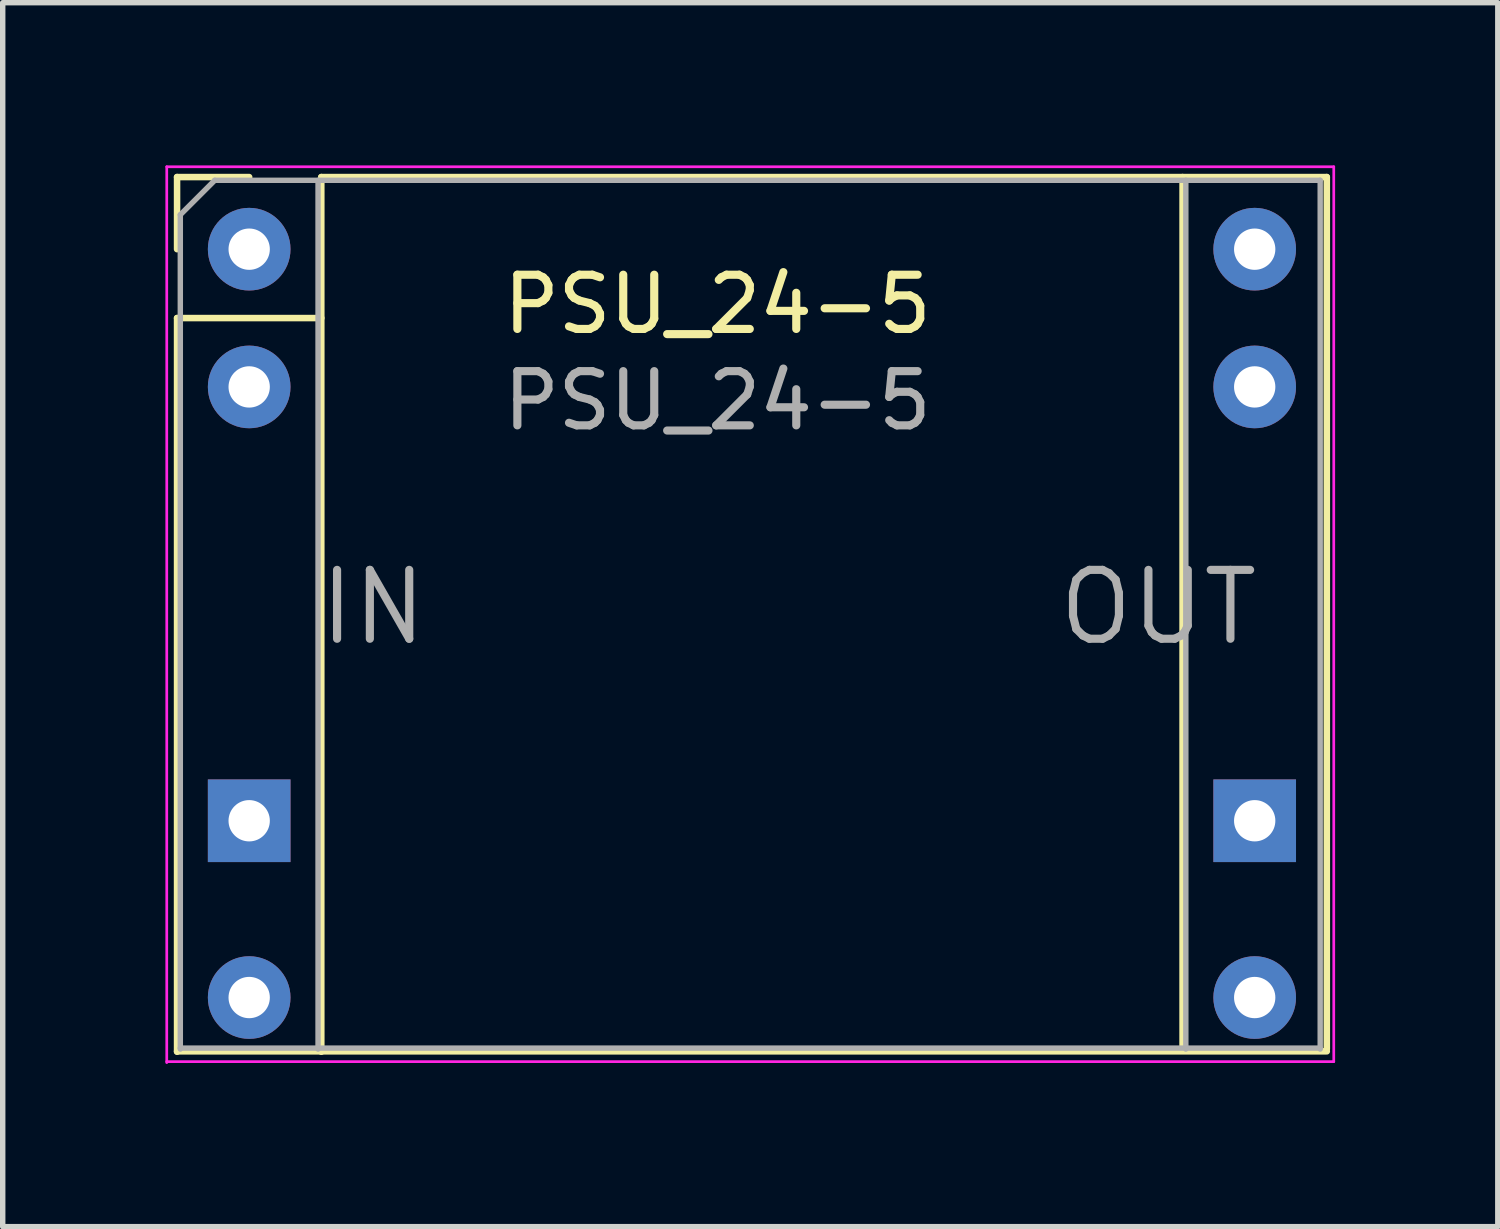
<source format=kicad_pcb>
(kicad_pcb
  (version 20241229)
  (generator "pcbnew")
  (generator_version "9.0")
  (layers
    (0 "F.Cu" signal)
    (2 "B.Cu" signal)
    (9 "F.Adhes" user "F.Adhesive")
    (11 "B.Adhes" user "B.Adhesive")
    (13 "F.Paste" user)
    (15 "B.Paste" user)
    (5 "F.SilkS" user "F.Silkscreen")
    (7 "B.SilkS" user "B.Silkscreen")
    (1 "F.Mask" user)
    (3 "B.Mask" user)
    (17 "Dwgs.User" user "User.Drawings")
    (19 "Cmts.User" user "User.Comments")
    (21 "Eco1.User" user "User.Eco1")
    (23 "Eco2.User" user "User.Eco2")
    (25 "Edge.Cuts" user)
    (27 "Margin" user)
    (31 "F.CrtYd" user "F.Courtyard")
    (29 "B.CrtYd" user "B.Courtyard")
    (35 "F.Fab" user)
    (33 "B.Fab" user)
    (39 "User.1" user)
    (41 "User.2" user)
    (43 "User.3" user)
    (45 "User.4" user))
  (footprint "PSU_24-5"
    (layer "F.Cu")
    (at 1.545 1.545)
    (property "Reference" "PSU_24-5" (at 8.636 1.016 0) (layer "F.SilkS") (effects (font (size 1 1) (thickness 0.15))))
    (attr through_hole)
    (fp_line (start -1.33 -1.33) (end -1.33 0) (stroke (width 0.12) (type solid)) (layer "F.SilkS"))
    (fp_line (start -1.33 1.27) (end 1.33 1.27) (stroke (width 0.12) (type solid)) (layer "F.SilkS"))
    (fp_line (start -1.33 14.8) (end -1.33 1.27) (stroke (width 0.12) (type solid)) (layer "F.SilkS"))
    (fp_line (start 0 -1.33) (end -1.33 -1.33) (stroke (width 0.12) (type solid)) (layer "F.SilkS"))
    (fp_line (start 1.33 -1.33) (end 1.33 14.8) (stroke (width 0.12) (type solid)) (layer "F.SilkS"))
    (fp_line (start 1.33 -1.33) (end 19.872 -1.33) (stroke (width 0.12) (type solid)) (layer "F.SilkS"))
    (fp_line (start 17.212 14.75) (end 17.212 -1.33) (stroke (width 0.12) (type solid)) (layer "F.SilkS"))
    (fp_line (start 19.872 -1.33) (end 19.872 14.75) (stroke (width 0.12) (type solid)) (layer "F.SilkS"))
    (fp_line (start 19.872 14.792) (end -1.33 14.792) (stroke (width 0.12) (type solid)) (layer "F.SilkS"))
    (fp_line (start -1.52 -1.52) (end 20 -1.52) (stroke (width 0.05) (type solid)) (layer "F.CrtYd"))
    (fp_line (start -1.52 15) (end -1.52 -1.52) (stroke (width 0.05) (type solid)) (layer "F.CrtYd"))
    (fp_line (start 20 -1.52) (end 20 14.982) (stroke (width 0.05) (type solid)) (layer "F.CrtYd"))
    (fp_line (start 20 14.982) (end -1.52 14.982) (stroke (width 0.05) (type solid)) (layer "F.CrtYd"))
    (fp_line (start -1.27 -0.635) (end -0.635 -1.27) (stroke (width 0.1) (type solid)) (layer "F.Fab"))
    (fp_line (start -1.27 14.75) (end -1.27 -0.635) (stroke (width 0.1) (type solid)) (layer "F.Fab"))
    (fp_line (start -0.635 -1.27) (end 19.75 -1.27) (stroke (width 0.1) (type solid)) (layer "F.Fab"))
    (fp_line (start 1.27 -1.27) (end 1.27 14.75) (stroke (width 0.1) (type solid)) (layer "F.Fab"))
    (fp_line (start 17.272 -1.27) (end 17.272 14.75) (stroke (width 0.1) (type solid)) (layer "F.Fab"))
    (fp_line (start 19.75 -1.27) (end 19.75 14.75) (stroke (width 0.1) (type solid)) (layer "F.Fab"))
    (fp_line (start 19.75 14.732) (end -1.27 14.732) (stroke (width 0.1) (type solid)) (layer "F.Fab"))
    (fp_text user "IN" (at 2.286 6.604 0) (layer "F.Fab") (effects (font (size 1.27 1.27) (thickness 0.15))))
    (fp_text user "${REFERENCE}" (at 8.636 2.794 0) (layer "F.Fab") (effects (font (size 1 1) (thickness 0.15))))
    (fp_text user "OUT" (at 16.764 6.604 0) (layer "F.Fab") (effects (font (size 1.27 1.27) (thickness 0.15))))
    (pad "1" thru_hole rect (at 0 10.54) (size 1.524 1.524) (drill 0.762) (layers "*.Cu" "*.Mask"))
    (pad "1" thru_hole circle (at 0 13.8) (size 1.524 1.524) (drill 0.762) (layers "*.Cu" "*.Mask"))
    (pad "2" thru_hole circle (at 0 0) (size 1.524 1.524) (drill 0.762) (layers "*.Cu" "*.Mask"))
    (pad "2" thru_hole circle (at 0 2.54) (size 1.524 1.524) (drill 0.762) (layers "*.Cu" "*.Mask"))
    (pad "3" thru_hole circle (at 18.542 0) (size 1.524 1.524) (drill 0.762) (layers "*.Cu" "*.Mask"))
    (pad "3" thru_hole circle (at 18.542 2.54) (size 1.524 1.524) (drill 0.762) (layers "*.Cu" "*.Mask"))
    (pad "4" thru_hole rect (at 18.542 10.54) (size 1.524 1.524) (drill 0.762) (layers "*.Cu" "*.Mask"))
    (pad "4" thru_hole circle (at 18.542 13.8) (size 1.524 1.524) (drill 0.762) (layers "*.Cu" "*.Mask")))
  (gr_rect
    (start -3 -3)
    (end 24.57 19.57)
    (stroke (width 0.1) (type default))
    (fill no)
    (layer "Edge.Cuts")))
</source>
